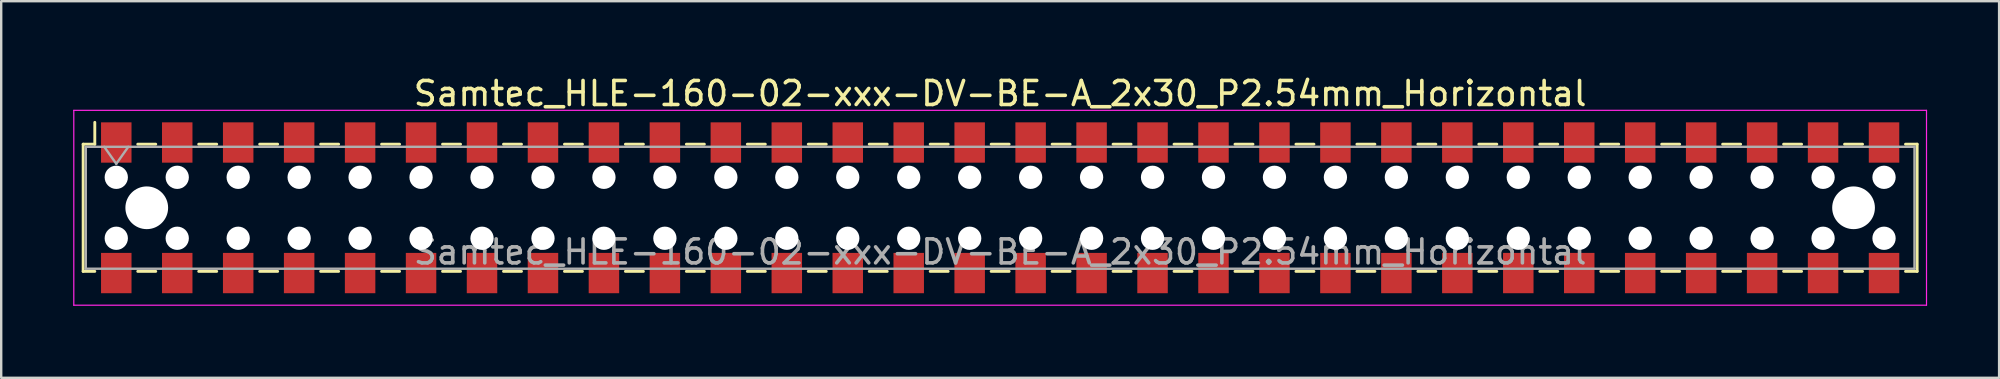
<source format=kicad_pcb>
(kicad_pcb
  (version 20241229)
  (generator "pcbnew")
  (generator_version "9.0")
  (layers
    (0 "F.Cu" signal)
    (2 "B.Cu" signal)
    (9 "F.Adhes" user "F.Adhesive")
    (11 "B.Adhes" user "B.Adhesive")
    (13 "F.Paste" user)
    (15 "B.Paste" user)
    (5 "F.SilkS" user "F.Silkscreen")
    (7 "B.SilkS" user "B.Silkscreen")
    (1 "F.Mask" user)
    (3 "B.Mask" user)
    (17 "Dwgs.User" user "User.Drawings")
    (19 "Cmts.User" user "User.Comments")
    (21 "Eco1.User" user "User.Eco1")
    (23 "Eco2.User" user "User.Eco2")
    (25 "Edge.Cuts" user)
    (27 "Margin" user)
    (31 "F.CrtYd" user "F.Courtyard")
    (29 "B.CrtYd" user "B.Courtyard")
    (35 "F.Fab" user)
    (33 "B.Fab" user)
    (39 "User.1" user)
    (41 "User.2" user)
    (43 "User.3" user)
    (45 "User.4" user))
  (footprint "Samtec_HLE-160-02-xxx-DV-BE-A_2x30_P2.54mm_Horizontal"
    (layer "F.Cu")
    (at 38.625 5.608)
    (property "Reference" "Samtec_HLE-160-02-xxx-DV-BE-A_2x30_P2.54mm_Horizontal" (at 0 -4.76 0) (layer "F.SilkS") (effects (font (size 1 1) (thickness 0.15))))
    (attr smd)
    (fp_line (start -38.21 -2.65) (end -38.21 2.65) (stroke (width 0.12) (type solid)) (layer "F.SilkS"))
    (fp_line (start -38.21 2.65) (end -37.725 2.65) (stroke (width 0.12) (type solid)) (layer "F.SilkS"))
    (fp_line (start -37.725 -3.56) (end -37.725 -2.65) (stroke (width 0.12) (type solid)) (layer "F.SilkS"))
    (fp_line (start -37.725 -2.65) (end -38.21 -2.65) (stroke (width 0.12) (type solid)) (layer "F.SilkS"))
    (fp_line (start -35.935 -2.65) (end -35.185 -2.65) (stroke (width 0.12) (type solid)) (layer "F.SilkS"))
    (fp_line (start -35.935 2.65) (end -35.185 2.65) (stroke (width 0.12) (type solid)) (layer "F.SilkS"))
    (fp_line (start -33.395 -2.65) (end -32.645 -2.65) (stroke (width 0.12) (type solid)) (layer "F.SilkS"))
    (fp_line (start -33.395 2.65) (end -32.645 2.65) (stroke (width 0.12) (type solid)) (layer "F.SilkS"))
    (fp_line (start -30.855 -2.65) (end -30.105 -2.65) (stroke (width 0.12) (type solid)) (layer "F.SilkS"))
    (fp_line (start -30.855 2.65) (end -30.105 2.65) (stroke (width 0.12) (type solid)) (layer "F.SilkS"))
    (fp_line (start -28.315 -2.65) (end -27.565 -2.65) (stroke (width 0.12) (type solid)) (layer "F.SilkS"))
    (fp_line (start -28.315 2.65) (end -27.565 2.65) (stroke (width 0.12) (type solid)) (layer "F.SilkS"))
    (fp_line (start -25.775 -2.65) (end -25.025 -2.65) (stroke (width 0.12) (type solid)) (layer "F.SilkS"))
    (fp_line (start -25.775 2.65) (end -25.025 2.65) (stroke (width 0.12) (type solid)) (layer "F.SilkS"))
    (fp_line (start -23.235 -2.65) (end -22.485 -2.65) (stroke (width 0.12) (type solid)) (layer "F.SilkS"))
    (fp_line (start -23.235 2.65) (end -22.485 2.65) (stroke (width 0.12) (type solid)) (layer "F.SilkS"))
    (fp_line (start -20.695 -2.65) (end -19.945 -2.65) (stroke (width 0.12) (type solid)) (layer "F.SilkS"))
    (fp_line (start -20.695 2.65) (end -19.945 2.65) (stroke (width 0.12) (type solid)) (layer "F.SilkS"))
    (fp_line (start -18.155 -2.65) (end -17.405 -2.65) (stroke (width 0.12) (type solid)) (layer "F.SilkS"))
    (fp_line (start -18.155 2.65) (end -17.405 2.65) (stroke (width 0.12) (type solid)) (layer "F.SilkS"))
    (fp_line (start -15.615 -2.65) (end -14.865 -2.65) (stroke (width 0.12) (type solid)) (layer "F.SilkS"))
    (fp_line (start -15.615 2.65) (end -14.865 2.65) (stroke (width 0.12) (type solid)) (layer "F.SilkS"))
    (fp_line (start -13.075 -2.65) (end -12.325 -2.65) (stroke (width 0.12) (type solid)) (layer "F.SilkS"))
    (fp_line (start -13.075 2.65) (end -12.325 2.65) (stroke (width 0.12) (type solid)) (layer "F.SilkS"))
    (fp_line (start -10.535 -2.65) (end -9.785 -2.65) (stroke (width 0.12) (type solid)) (layer "F.SilkS"))
    (fp_line (start -10.535 2.65) (end -9.785 2.65) (stroke (width 0.12) (type solid)) (layer "F.SilkS"))
    (fp_line (start -7.995 -2.65) (end -7.245 -2.65) (stroke (width 0.12) (type solid)) (layer "F.SilkS"))
    (fp_line (start -7.995 2.65) (end -7.245 2.65) (stroke (width 0.12) (type solid)) (layer "F.SilkS"))
    (fp_line (start -5.455 -2.65) (end -4.705 -2.65) (stroke (width 0.12) (type solid)) (layer "F.SilkS"))
    (fp_line (start -5.455 2.65) (end -4.705 2.65) (stroke (width 0.12) (type solid)) (layer "F.SilkS"))
    (fp_line (start -2.915 -2.65) (end -2.165 -2.65) (stroke (width 0.12) (type solid)) (layer "F.SilkS"))
    (fp_line (start -2.915 2.65) (end -2.165 2.65) (stroke (width 0.12) (type solid)) (layer "F.SilkS"))
    (fp_line (start -0.375 -2.65) (end 0.375 -2.65) (stroke (width 0.12) (type solid)) (layer "F.SilkS"))
    (fp_line (start -0.375 2.65) (end 0.375 2.65) (stroke (width 0.12) (type solid)) (layer "F.SilkS"))
    (fp_line (start 2.165 -2.65) (end 2.915 -2.65) (stroke (width 0.12) (type solid)) (layer "F.SilkS"))
    (fp_line (start 2.165 2.65) (end 2.915 2.65) (stroke (width 0.12) (type solid)) (layer "F.SilkS"))
    (fp_line (start 4.705 -2.65) (end 5.455 -2.65) (stroke (width 0.12) (type solid)) (layer "F.SilkS"))
    (fp_line (start 4.705 2.65) (end 5.455 2.65) (stroke (width 0.12) (type solid)) (layer "F.SilkS"))
    (fp_line (start 7.245 -2.65) (end 7.995 -2.65) (stroke (width 0.12) (type solid)) (layer "F.SilkS"))
    (fp_line (start 7.245 2.65) (end 7.995 2.65) (stroke (width 0.12) (type solid)) (layer "F.SilkS"))
    (fp_line (start 9.785 -2.65) (end 10.535 -2.65) (stroke (width 0.12) (type solid)) (layer "F.SilkS"))
    (fp_line (start 9.785 2.65) (end 10.535 2.65) (stroke (width 0.12) (type solid)) (layer "F.SilkS"))
    (fp_line (start 12.325 -2.65) (end 13.075 -2.65) (stroke (width 0.12) (type solid)) (layer "F.SilkS"))
    (fp_line (start 12.325 2.65) (end 13.075 2.65) (stroke (width 0.12) (type solid)) (layer "F.SilkS"))
    (fp_line (start 14.865 -2.65) (end 15.615 -2.65) (stroke (width 0.12) (type solid)) (layer "F.SilkS"))
    (fp_line (start 14.865 2.65) (end 15.615 2.65) (stroke (width 0.12) (type solid)) (layer "F.SilkS"))
    (fp_line (start 17.405 -2.65) (end 18.155 -2.65) (stroke (width 0.12) (type solid)) (layer "F.SilkS"))
    (fp_line (start 17.405 2.65) (end 18.155 2.65) (stroke (width 0.12) (type solid)) (layer "F.SilkS"))
    (fp_line (start 19.945 -2.65) (end 20.695 -2.65) (stroke (width 0.12) (type solid)) (layer "F.SilkS"))
    (fp_line (start 19.945 2.65) (end 20.695 2.65) (stroke (width 0.12) (type solid)) (layer "F.SilkS"))
    (fp_line (start 22.485 -2.65) (end 23.235 -2.65) (stroke (width 0.12) (type solid)) (layer "F.SilkS"))
    (fp_line (start 22.485 2.65) (end 23.235 2.65) (stroke (width 0.12) (type solid)) (layer "F.SilkS"))
    (fp_line (start 25.025 -2.65) (end 25.775 -2.65) (stroke (width 0.12) (type solid)) (layer "F.SilkS"))
    (fp_line (start 25.025 2.65) (end 25.775 2.65) (stroke (width 0.12) (type solid)) (layer "F.SilkS"))
    (fp_line (start 27.565 -2.65) (end 28.315 -2.65) (stroke (width 0.12) (type solid)) (layer "F.SilkS"))
    (fp_line (start 27.565 2.65) (end 28.315 2.65) (stroke (width 0.12) (type solid)) (layer "F.SilkS"))
    (fp_line (start 30.105 -2.65) (end 30.855 -2.65) (stroke (width 0.12) (type solid)) (layer "F.SilkS"))
    (fp_line (start 30.105 2.65) (end 30.855 2.65) (stroke (width 0.12) (type solid)) (layer "F.SilkS"))
    (fp_line (start 32.645 -2.65) (end 33.395 -2.65) (stroke (width 0.12) (type solid)) (layer "F.SilkS"))
    (fp_line (start 32.645 2.65) (end 33.395 2.65) (stroke (width 0.12) (type solid)) (layer "F.SilkS"))
    (fp_line (start 35.185 -2.65) (end 35.935 -2.65) (stroke (width 0.12) (type solid)) (layer "F.SilkS"))
    (fp_line (start 35.185 2.65) (end 35.935 2.65) (stroke (width 0.12) (type solid)) (layer "F.SilkS"))
    (fp_line (start 37.725 -2.65) (end 38.21 -2.65) (stroke (width 0.12) (type solid)) (layer "F.SilkS"))
    (fp_line (start 38.21 -2.65) (end 38.21 2.65) (stroke (width 0.12) (type solid)) (layer "F.SilkS"))
    (fp_line (start 38.21 2.65) (end 37.725 2.65) (stroke (width 0.12) (type solid)) (layer "F.SilkS"))
    (fp_line (start -38.6 -4.06) (end 38.6 -4.06) (stroke (width 0.05) (type solid)) (layer "F.CrtYd"))
    (fp_line (start -38.6 4.06) (end -38.6 -4.06) (stroke (width 0.05) (type solid)) (layer "F.CrtYd"))
    (fp_line (start 38.6 -4.06) (end 38.6 4.06) (stroke (width 0.05) (type solid)) (layer "F.CrtYd"))
    (fp_line (start 38.6 4.06) (end -38.6 4.06) (stroke (width 0.05) (type solid)) (layer "F.CrtYd"))
    (fp_line (start -38.1 -2.54) (end 38.1 -2.54) (stroke (width 0.1) (type solid)) (layer "F.Fab"))
    (fp_line (start -38.1 2.54) (end -38.1 -2.54) (stroke (width 0.1) (type solid)) (layer "F.Fab"))
    (fp_line (start -37.33 -2.54) (end -36.83 -1.833) (stroke (width 0.1) (type solid)) (layer "F.Fab"))
    (fp_line (start -36.83 -1.833) (end -36.33 -2.54) (stroke (width 0.1) (type solid)) (layer "F.Fab"))
    (fp_line (start 38.1 -2.54) (end 38.1 2.54) (stroke (width 0.1) (type solid)) (layer "F.Fab"))
    (fp_line (start 38.1 2.54) (end -38.1 2.54) (stroke (width 0.1) (type solid)) (layer "F.Fab"))
    (fp_text user "${REFERENCE}" (at 0 1.84 0) (layer "F.Fab") (effects (font (size 1 1) (thickness 0.15))))
    (pad "" np_thru_hole circle (at -36.83 -1.27) (size 0.97 0.97) (drill 0.97) (layers "*.Cu" "*.Mask"))
    (pad "" np_thru_hole circle (at -36.83 1.27) (size 0.97 0.97) (drill 0.97) (layers "*.Cu" "*.Mask"))
    (pad "" np_thru_hole circle (at -35.56 0) (size 1.78 1.78) (drill 1.78) (layers "*.Cu" "*.Mask"))
    (pad "" np_thru_hole circle (at -34.29 -1.27) (size 0.97 0.97) (drill 0.97) (layers "*.Cu" "*.Mask"))
    (pad "" np_thru_hole circle (at -34.29 1.27) (size 0.97 0.97) (drill 0.97) (layers "*.Cu" "*.Mask"))
    (pad "" np_thru_hole circle (at -31.75 -1.27) (size 0.97 0.97) (drill 0.97) (layers "*.Cu" "*.Mask"))
    (pad "" np_thru_hole circle (at -31.75 1.27) (size 0.97 0.97) (drill 0.97) (layers "*.Cu" "*.Mask"))
    (pad "" np_thru_hole circle (at -29.21 -1.27) (size 0.97 0.97) (drill 0.97) (layers "*.Cu" "*.Mask"))
    (pad "" np_thru_hole circle (at -29.21 1.27) (size 0.97 0.97) (drill 0.97) (layers "*.Cu" "*.Mask"))
    (pad "" np_thru_hole circle (at -26.67 -1.27) (size 0.97 0.97) (drill 0.97) (layers "*.Cu" "*.Mask"))
    (pad "" np_thru_hole circle (at -26.67 1.27) (size 0.97 0.97) (drill 0.97) (layers "*.Cu" "*.Mask"))
    (pad "" np_thru_hole circle (at -24.13 -1.27) (size 0.97 0.97) (drill 0.97) (layers "*.Cu" "*.Mask"))
    (pad "" np_thru_hole circle (at -24.13 1.27) (size 0.97 0.97) (drill 0.97) (layers "*.Cu" "*.Mask"))
    (pad "" np_thru_hole circle (at -21.59 -1.27) (size 0.97 0.97) (drill 0.97) (layers "*.Cu" "*.Mask"))
    (pad "" np_thru_hole circle (at -21.59 1.27) (size 0.97 0.97) (drill 0.97) (layers "*.Cu" "*.Mask"))
    (pad "" np_thru_hole circle (at -19.05 -1.27) (size 0.97 0.97) (drill 0.97) (layers "*.Cu" "*.Mask"))
    (pad "" np_thru_hole circle (at -19.05 1.27) (size 0.97 0.97) (drill 0.97) (layers "*.Cu" "*.Mask"))
    (pad "" np_thru_hole circle (at -16.51 -1.27) (size 0.97 0.97) (drill 0.97) (layers "*.Cu" "*.Mask"))
    (pad "" np_thru_hole circle (at -16.51 1.27) (size 0.97 0.97) (drill 0.97) (layers "*.Cu" "*.Mask"))
    (pad "" np_thru_hole circle (at -13.97 -1.27) (size 0.97 0.97) (drill 0.97) (layers "*.Cu" "*.Mask"))
    (pad "" np_thru_hole circle (at -13.97 1.27) (size 0.97 0.97) (drill 0.97) (layers "*.Cu" "*.Mask"))
    (pad "" np_thru_hole circle (at -11.43 -1.27) (size 0.97 0.97) (drill 0.97) (layers "*.Cu" "*.Mask"))
    (pad "" np_thru_hole circle (at -11.43 1.27) (size 0.97 0.97) (drill 0.97) (layers "*.Cu" "*.Mask"))
    (pad "" np_thru_hole circle (at -8.89 -1.27) (size 0.97 0.97) (drill 0.97) (layers "*.Cu" "*.Mask"))
    (pad "" np_thru_hole circle (at -8.89 1.27) (size 0.97 0.97) (drill 0.97) (layers "*.Cu" "*.Mask"))
    (pad "" np_thru_hole circle (at -6.35 -1.27) (size 0.97 0.97) (drill 0.97) (layers "*.Cu" "*.Mask"))
    (pad "" np_thru_hole circle (at -6.35 1.27) (size 0.97 0.97) (drill 0.97) (layers "*.Cu" "*.Mask"))
    (pad "" np_thru_hole circle (at -3.81 -1.27) (size 0.97 0.97) (drill 0.97) (layers "*.Cu" "*.Mask"))
    (pad "" np_thru_hole circle (at -3.81 1.27) (size 0.97 0.97) (drill 0.97) (layers "*.Cu" "*.Mask"))
    (pad "" np_thru_hole circle (at -1.27 -1.27) (size 0.97 0.97) (drill 0.97) (layers "*.Cu" "*.Mask"))
    (pad "" np_thru_hole circle (at -1.27 1.27) (size 0.97 0.97) (drill 0.97) (layers "*.Cu" "*.Mask"))
    (pad "" np_thru_hole circle (at 1.27 -1.27) (size 0.97 0.97) (drill 0.97) (layers "*.Cu" "*.Mask"))
    (pad "" np_thru_hole circle (at 1.27 1.27) (size 0.97 0.97) (drill 0.97) (layers "*.Cu" "*.Mask"))
    (pad "" np_thru_hole circle (at 3.81 -1.27) (size 0.97 0.97) (drill 0.97) (layers "*.Cu" "*.Mask"))
    (pad "" np_thru_hole circle (at 3.81 1.27) (size 0.97 0.97) (drill 0.97) (layers "*.Cu" "*.Mask"))
    (pad "" np_thru_hole circle (at 6.35 -1.27) (size 0.97 0.97) (drill 0.97) (layers "*.Cu" "*.Mask"))
    (pad "" np_thru_hole circle (at 6.35 1.27) (size 0.97 0.97) (drill 0.97) (layers "*.Cu" "*.Mask"))
    (pad "" np_thru_hole circle (at 8.89 -1.27) (size 0.97 0.97) (drill 0.97) (layers "*.Cu" "*.Mask"))
    (pad "" np_thru_hole circle (at 8.89 1.27) (size 0.97 0.97) (drill 0.97) (layers "*.Cu" "*.Mask"))
    (pad "" np_thru_hole circle (at 11.43 -1.27) (size 0.97 0.97) (drill 0.97) (layers "*.Cu" "*.Mask"))
    (pad "" np_thru_hole circle (at 11.43 1.27) (size 0.97 0.97) (drill 0.97) (layers "*.Cu" "*.Mask"))
    (pad "" np_thru_hole circle (at 13.97 -1.27) (size 0.97 0.97) (drill 0.97) (layers "*.Cu" "*.Mask"))
    (pad "" np_thru_hole circle (at 13.97 1.27) (size 0.97 0.97) (drill 0.97) (layers "*.Cu" "*.Mask"))
    (pad "" np_thru_hole circle (at 16.51 -1.27) (size 0.97 0.97) (drill 0.97) (layers "*.Cu" "*.Mask"))
    (pad "" np_thru_hole circle (at 16.51 1.27) (size 0.97 0.97) (drill 0.97) (layers "*.Cu" "*.Mask"))
    (pad "" np_thru_hole circle (at 19.05 -1.27) (size 0.97 0.97) (drill 0.97) (layers "*.Cu" "*.Mask"))
    (pad "" np_thru_hole circle (at 19.05 1.27) (size 0.97 0.97) (drill 0.97) (layers "*.Cu" "*.Mask"))
    (pad "" np_thru_hole circle (at 21.59 -1.27) (size 0.97 0.97) (drill 0.97) (layers "*.Cu" "*.Mask"))
    (pad "" np_thru_hole circle (at 21.59 1.27) (size 0.97 0.97) (drill 0.97) (layers "*.Cu" "*.Mask"))
    (pad "" np_thru_hole circle (at 24.13 -1.27) (size 0.97 0.97) (drill 0.97) (layers "*.Cu" "*.Mask"))
    (pad "" np_thru_hole circle (at 24.13 1.27) (size 0.97 0.97) (drill 0.97) (layers "*.Cu" "*.Mask"))
    (pad "" np_thru_hole circle (at 26.67 -1.27) (size 0.97 0.97) (drill 0.97) (layers "*.Cu" "*.Mask"))
    (pad "" np_thru_hole circle (at 26.67 1.27) (size 0.97 0.97) (drill 0.97) (layers "*.Cu" "*.Mask"))
    (pad "" np_thru_hole circle (at 29.21 -1.27) (size 0.97 0.97) (drill 0.97) (layers "*.Cu" "*.Mask"))
    (pad "" np_thru_hole circle (at 29.21 1.27) (size 0.97 0.97) (drill 0.97) (layers "*.Cu" "*.Mask"))
    (pad "" np_thru_hole circle (at 31.75 -1.27) (size 0.97 0.97) (drill 0.97) (layers "*.Cu" "*.Mask"))
    (pad "" np_thru_hole circle (at 31.75 1.27) (size 0.97 0.97) (drill 0.97) (layers "*.Cu" "*.Mask"))
    (pad "" np_thru_hole circle (at 34.29 -1.27) (size 0.97 0.97) (drill 0.97) (layers "*.Cu" "*.Mask"))
    (pad "" np_thru_hole circle (at 34.29 1.27) (size 0.97 0.97) (drill 0.97) (layers "*.Cu" "*.Mask"))
    (pad "" np_thru_hole circle (at 35.56 0) (size 1.78 1.78) (drill 1.78) (layers "*.Cu" "*.Mask"))
    (pad "" np_thru_hole circle (at 36.83 -1.27) (size 0.97 0.97) (drill 0.97) (layers "*.Cu" "*.Mask"))
    (pad "" np_thru_hole circle (at 36.83 1.27) (size 0.97 0.97) (drill 0.97) (layers "*.Cu" "*.Mask"))
    (pad "1" smd rect (at -36.83 -2.72) (size 1.27 1.68) (layers "F.Cu" "F.Mask" "F.Paste"))
    (pad "2" smd rect (at -36.83 2.72) (size 1.27 1.68) (layers "F.Cu" "F.Mask" "F.Paste"))
    (pad "3" smd rect (at -34.29 -2.72) (size 1.27 1.68) (layers "F.Cu" "F.Mask" "F.Paste"))
    (pad "4" smd rect (at -34.29 2.72) (size 1.27 1.68) (layers "F.Cu" "F.Mask" "F.Paste"))
    (pad "5" smd rect (at -31.75 -2.72) (size 1.27 1.68) (layers "F.Cu" "F.Mask" "F.Paste"))
    (pad "6" smd rect (at -31.75 2.72) (size 1.27 1.68) (layers "F.Cu" "F.Mask" "F.Paste"))
    (pad "7" smd rect (at -29.21 -2.72) (size 1.27 1.68) (layers "F.Cu" "F.Mask" "F.Paste"))
    (pad "8" smd rect (at -29.21 2.72) (size 1.27 1.68) (layers "F.Cu" "F.Mask" "F.Paste"))
    (pad "9" smd rect (at -26.67 -2.72) (size 1.27 1.68) (layers "F.Cu" "F.Mask" "F.Paste"))
    (pad "10" smd rect (at -26.67 2.72) (size 1.27 1.68) (layers "F.Cu" "F.Mask" "F.Paste"))
    (pad "11" smd rect (at -24.13 -2.72) (size 1.27 1.68) (layers "F.Cu" "F.Mask" "F.Paste"))
    (pad "12" smd rect (at -24.13 2.72) (size 1.27 1.68) (layers "F.Cu" "F.Mask" "F.Paste"))
    (pad "13" smd rect (at -21.59 -2.72) (size 1.27 1.68) (layers "F.Cu" "F.Mask" "F.Paste"))
    (pad "14" smd rect (at -21.59 2.72) (size 1.27 1.68) (layers "F.Cu" "F.Mask" "F.Paste"))
    (pad "15" smd rect (at -19.05 -2.72) (size 1.27 1.68) (layers "F.Cu" "F.Mask" "F.Paste"))
    (pad "16" smd rect (at -19.05 2.72) (size 1.27 1.68) (layers "F.Cu" "F.Mask" "F.Paste"))
    (pad "17" smd rect (at -16.51 -2.72) (size 1.27 1.68) (layers "F.Cu" "F.Mask" "F.Paste"))
    (pad "18" smd rect (at -16.51 2.72) (size 1.27 1.68) (layers "F.Cu" "F.Mask" "F.Paste"))
    (pad "19" smd rect (at -13.97 -2.72) (size 1.27 1.68) (layers "F.Cu" "F.Mask" "F.Paste"))
    (pad "20" smd rect (at -13.97 2.72) (size 1.27 1.68) (layers "F.Cu" "F.Mask" "F.Paste"))
    (pad "21" smd rect (at -11.43 -2.72) (size 1.27 1.68) (layers "F.Cu" "F.Mask" "F.Paste"))
    (pad "22" smd rect (at -11.43 2.72) (size 1.27 1.68) (layers "F.Cu" "F.Mask" "F.Paste"))
    (pad "23" smd rect (at -8.89 -2.72) (size 1.27 1.68) (layers "F.Cu" "F.Mask" "F.Paste"))
    (pad "24" smd rect (at -8.89 2.72) (size 1.27 1.68) (layers "F.Cu" "F.Mask" "F.Paste"))
    (pad "25" smd rect (at -6.35 -2.72) (size 1.27 1.68) (layers "F.Cu" "F.Mask" "F.Paste"))
    (pad "26" smd rect (at -6.35 2.72) (size 1.27 1.68) (layers "F.Cu" "F.Mask" "F.Paste"))
    (pad "27" smd rect (at -3.81 -2.72) (size 1.27 1.68) (layers "F.Cu" "F.Mask" "F.Paste"))
    (pad "28" smd rect (at -3.81 2.72) (size 1.27 1.68) (layers "F.Cu" "F.Mask" "F.Paste"))
    (pad "29" smd rect (at -1.27 -2.72) (size 1.27 1.68) (layers "F.Cu" "F.Mask" "F.Paste"))
    (pad "30" smd rect (at -1.27 2.72) (size 1.27 1.68) (layers "F.Cu" "F.Mask" "F.Paste"))
    (pad "31" smd rect (at 1.27 -2.72) (size 1.27 1.68) (layers "F.Cu" "F.Mask" "F.Paste"))
    (pad "32" smd rect (at 1.27 2.72) (size 1.27 1.68) (layers "F.Cu" "F.Mask" "F.Paste"))
    (pad "33" smd rect (at 3.81 -2.72) (size 1.27 1.68) (layers "F.Cu" "F.Mask" "F.Paste"))
    (pad "34" smd rect (at 3.81 2.72) (size 1.27 1.68) (layers "F.Cu" "F.Mask" "F.Paste"))
    (pad "35" smd rect (at 6.35 -2.72) (size 1.27 1.68) (layers "F.Cu" "F.Mask" "F.Paste"))
    (pad "36" smd rect (at 6.35 2.72) (size 1.27 1.68) (layers "F.Cu" "F.Mask" "F.Paste"))
    (pad "37" smd rect (at 8.89 -2.72) (size 1.27 1.68) (layers "F.Cu" "F.Mask" "F.Paste"))
    (pad "38" smd rect (at 8.89 2.72) (size 1.27 1.68) (layers "F.Cu" "F.Mask" "F.Paste"))
    (pad "39" smd rect (at 11.43 -2.72) (size 1.27 1.68) (layers "F.Cu" "F.Mask" "F.Paste"))
    (pad "40" smd rect (at 11.43 2.72) (size 1.27 1.68) (layers "F.Cu" "F.Mask" "F.Paste"))
    (pad "41" smd rect (at 13.97 -2.72) (size 1.27 1.68) (layers "F.Cu" "F.Mask" "F.Paste"))
    (pad "42" smd rect (at 13.97 2.72) (size 1.27 1.68) (layers "F.Cu" "F.Mask" "F.Paste"))
    (pad "43" smd rect (at 16.51 -2.72) (size 1.27 1.68) (layers "F.Cu" "F.Mask" "F.Paste"))
    (pad "44" smd rect (at 16.51 2.72) (size 1.27 1.68) (layers "F.Cu" "F.Mask" "F.Paste"))
    (pad "45" smd rect (at 19.05 -2.72) (size 1.27 1.68) (layers "F.Cu" "F.Mask" "F.Paste"))
    (pad "46" smd rect (at 19.05 2.72) (size 1.27 1.68) (layers "F.Cu" "F.Mask" "F.Paste"))
    (pad "47" smd rect (at 21.59 -2.72) (size 1.27 1.68) (layers "F.Cu" "F.Mask" "F.Paste"))
    (pad "48" smd rect (at 21.59 2.72) (size 1.27 1.68) (layers "F.Cu" "F.Mask" "F.Paste"))
    (pad "49" smd rect (at 24.13 -2.72) (size 1.27 1.68) (layers "F.Cu" "F.Mask" "F.Paste"))
    (pad "50" smd rect (at 24.13 2.72) (size 1.27 1.68) (layers "F.Cu" "F.Mask" "F.Paste"))
    (pad "51" smd rect (at 26.67 -2.72) (size 1.27 1.68) (layers "F.Cu" "F.Mask" "F.Paste"))
    (pad "52" smd rect (at 26.67 2.72) (size 1.27 1.68) (layers "F.Cu" "F.Mask" "F.Paste"))
    (pad "53" smd rect (at 29.21 -2.72) (size 1.27 1.68) (layers "F.Cu" "F.Mask" "F.Paste"))
    (pad "54" smd rect (at 29.21 2.72) (size 1.27 1.68) (layers "F.Cu" "F.Mask" "F.Paste"))
    (pad "55" smd rect (at 31.75 -2.72) (size 1.27 1.68) (layers "F.Cu" "F.Mask" "F.Paste"))
    (pad "56" smd rect (at 31.75 2.72) (size 1.27 1.68) (layers "F.Cu" "F.Mask" "F.Paste"))
    (pad "57" smd rect (at 34.29 -2.72) (size 1.27 1.68) (layers "F.Cu" "F.Mask" "F.Paste"))
    (pad "58" smd rect (at 34.29 2.72) (size 1.27 1.68) (layers "F.Cu" "F.Mask" "F.Paste"))
    (pad "59" smd rect (at 36.83 -2.72) (size 1.27 1.68) (layers "F.Cu" "F.Mask" "F.Paste"))
    (pad "60" smd rect (at 36.83 2.72) (size 1.27 1.68) (layers "F.Cu" "F.Mask" "F.Paste")))
  (gr_rect
    (start -3 -3)
    (end 80.25 12.693)
    (stroke (width 0.1) (type default))
    (fill no)
    (layer "Edge.Cuts")))
</source>
